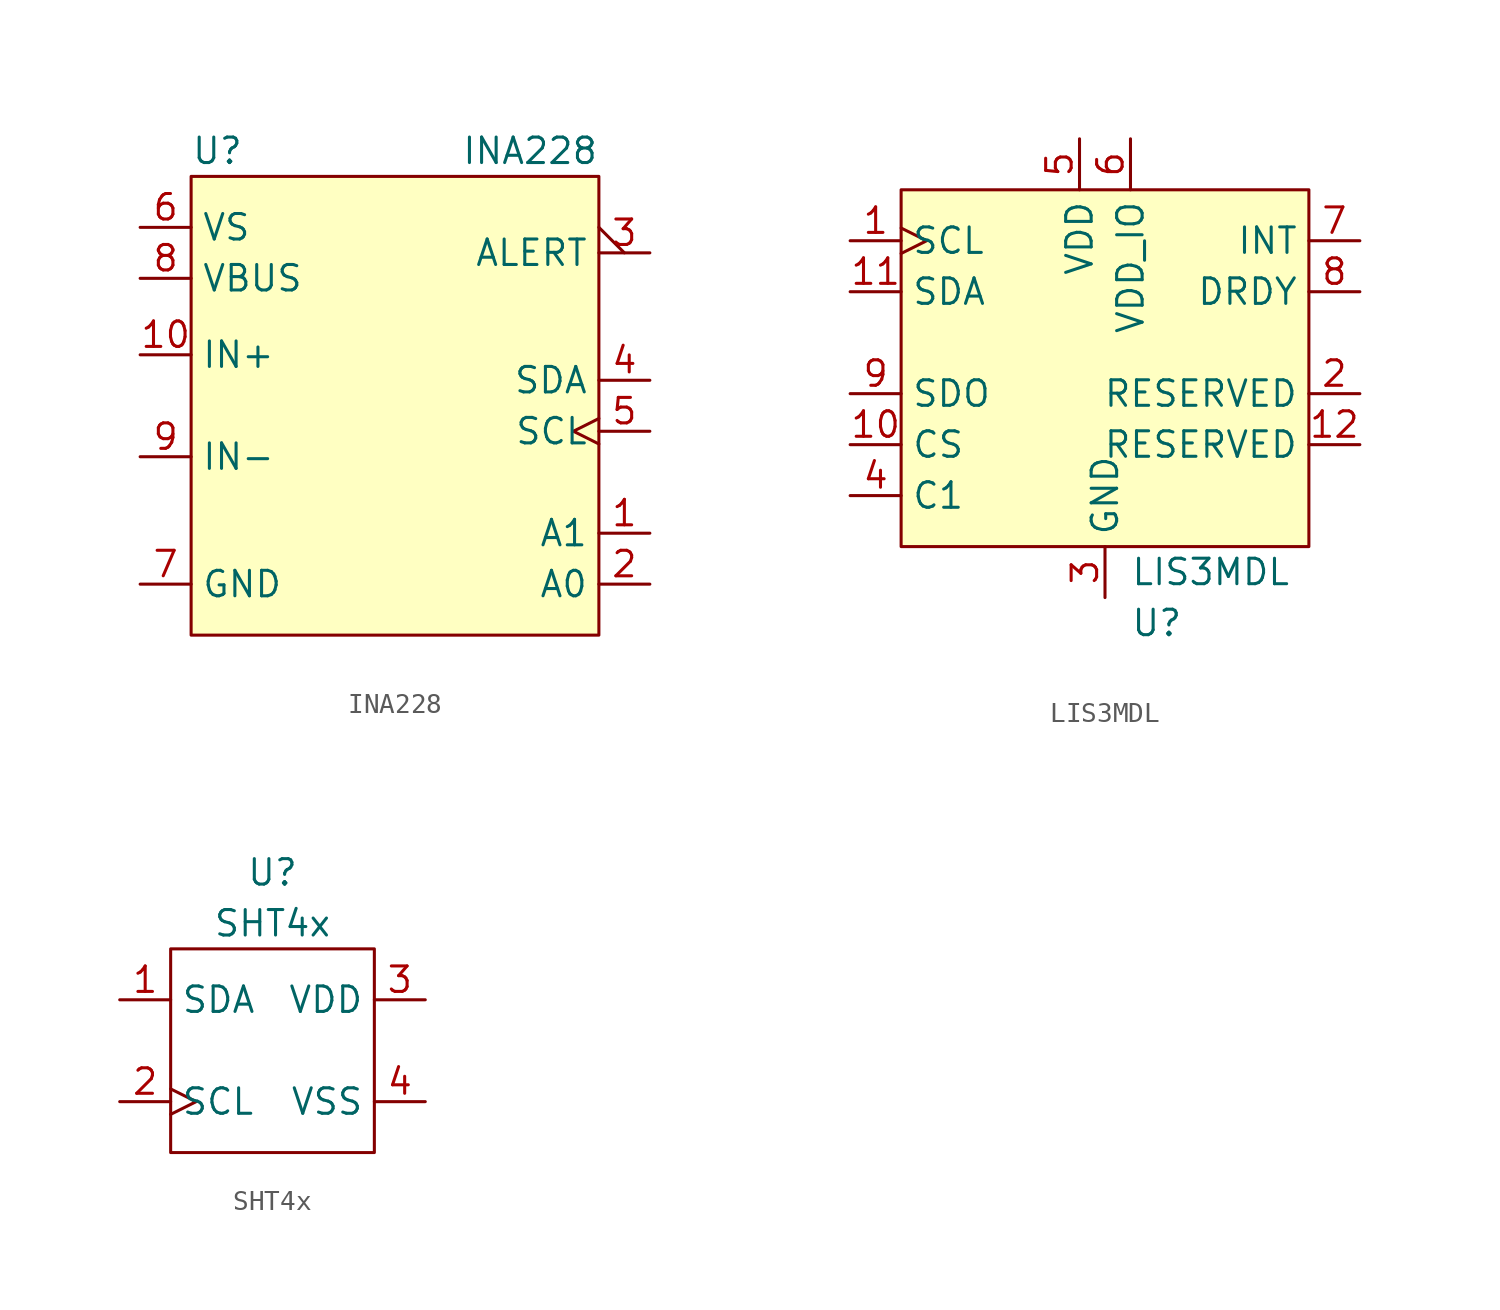
<source format=kicad_sym>
(kicad_symbol_lib
  (version 20241209)
  (generator "kicad_symbol_editor")
  (generator_version "9.0")
  (symbol "INA228"
    (property "Reference" "U"
      (at -10.16 12.7 0)
      (do_not_autoplace)
      (effects (font (size 1.27 1.27)) (justify left)))
    (property "Value" "INA228"
      (at 10.16 12.7 0)
      (do_not_autoplace)
      (effects (font (size 1.27 1.27)) (justify right)))
    (symbol "INA228_0_0"
      (pin power_in line (at -12.7 8.89 0) (length 2.54) (name "VS" (effects (font (size 1.27 1.27)))) (number "6" (effects (font (size 1.27 1.27)))))
      (pin power_in line (at -12.7 6.35 0) (length 2.54) (name "VBUS" (effects (font (size 1.27 1.27)))) (number "8" (effects (font (size 1.27 1.27)))))
      (pin input line (at -12.7 2.54 0) (length 2.54) (name "IN+" (effects (font (size 1.27 1.27)))) (number "10" (effects (font (size 1.27 1.27)))))
      (pin input line (at -12.7 -2.54 0) (length 2.54) (name "IN-" (effects (font (size 1.27 1.27)))) (number "9" (effects (font (size 1.27 1.27)))))
      (pin passive line (at -12.7 -8.89 0) (length 2.54) (name "GND" (effects (font (size 1.27 1.27)))) (number "7" (effects (font (size 1.27 1.27)))))
      (pin output output_low (at 12.7 7.62 180) (length 2.54) (name "ALERT" (effects (font (size 1.27 1.27)))) (number "3" (effects (font (size 1.27 1.27)))))
      (pin bidirectional line (at 12.7 1.27 180) (length 2.54) (name "SDA" (effects (font (size 1.27 1.27)))) (number "4" (effects (font (size 1.27 1.27)))))
      (pin input clock (at 12.7 -1.27 180) (length 2.54) (name "SCL" (effects (font (size 1.27 1.27)))) (number "5" (effects (font (size 1.27 1.27)))))
      (pin input line (at 12.7 -6.35 180) (length 2.54) (name "A1" (effects (font (size 1.27 1.27)))) (number "1" (effects (font (size 1.27 1.27)))))
      (pin input line (at 12.7 -8.89 180) (length 2.54) (name "A0" (effects (font (size 1.27 1.27)))) (number "2" (effects (font (size 1.27 1.27))))))
    (symbol "INA228_1_1"
      (rectangle (start -10.16 11.43) (end 10.16 -11.43) (stroke (width 0) (type default)) (fill (type background)))))
  (symbol "LIS3MDL"
    (property "Reference" "U"
      (at 1.27 -21.59 0)
      (effects (font (size 1.27 1.27)) (justify left)))
    (property "Value" "LIS3MDL"
      (at 1.27 -19.05 0)
      (effects (font (size 1.27 1.27)) (justify left)))
    (property "populate" ""
      (at 0 0 0)
      (effects (font (size 1.27 1.27))))
    (symbol "LIS3MDL_0_1"
      (rectangle (start -10.16 0) (end 10.16 -17.78) (stroke (width 0) (type default)) (fill (type background))))
    (symbol "LIS3MDL_1_1"
      (pin input clock (at -12.7 -2.54 0) (length 2.54) (name "SCL" (effects (font (size 1.27 1.27)))) (number "1" (effects (font (size 1.27 1.27)))))
      (pin input line (at -12.7 -5.08 0) (length 2.54) (name "SDA" (effects (font (size 1.27 1.27)))) (number "11" (effects (font (size 1.27 1.27)))))
      (pin output line (at -12.7 -10.16 0) (length 2.54) (name "SDO" (effects (font (size 1.27 1.27)))) (number "9" (effects (font (size 1.27 1.27)))))
      (pin input line (at -12.7 -12.7 0) (length 2.54) (name "CS" (effects (font (size 1.27 1.27)))) (number "10" (effects (font (size 1.27 1.27)))))
      (pin passive line (at -12.7 -15.24 0) (length 2.54) (name "C1" (effects (font (size 1.27 1.27)))) (number "4" (effects (font (size 1.27 1.27)))))
      (pin power_in line (at -1.27 2.54 270) (length 2.54) (name "VDD" (effects (font (size 1.27 1.27)))) (number "5" (effects (font (size 1.27 1.27)))))
      (pin passive line (at 0 -20.32 90) (length 2.54) (name "GND" (effects (font (size 1.27 1.27)))) (number "3" (effects (font (size 1.27 1.27)))))
      (pin power_in line (at 1.27 2.54 270) (length 2.54) (name "VDD_IO" (effects (font (size 1.27 1.27)))) (number "6" (effects (font (size 1.27 1.27)))))
      (pin output line (at 12.7 -2.54 180) (length 2.54) (name "INT" (effects (font (size 1.27 1.27)))) (number "7" (effects (font (size 1.27 1.27)))))
      (pin output line (at 12.7 -5.08 180) (length 2.54) (name "DRDY" (effects (font (size 1.27 1.27)))) (number "8" (effects (font (size 1.27 1.27)))))
      (pin passive line (at 12.7 -10.16 180) (length 2.54) (name "RESERVED" (effects (font (size 1.27 1.27)))) (number "2" (effects (font (size 1.27 1.27)))))
      (pin input line (at 12.7 -12.7 180) (length 2.54) (name "RESERVED" (effects (font (size 1.27 1.27)))) (number "12" (effects (font (size 1.27 1.27)))))))
  (symbol "SHT4x"
    (property "Reference" "U"
      (at 0 8.89 0)
      (do_not_autoplace)
      (effects (font (size 1.27 1.27))))
    (property "Value" "SHT4x"
      (at 0 6.35 0)
      (do_not_autoplace)
      (effects (font (size 1.27 1.27))))
    (symbol "SHT4x_0_0"
      (pin bidirectional line (at -7.62 2.54 0) (length 2.54) (name "SDA" (effects (font (size 1.27 1.27)))) (number "1" (effects (font (size 1.27 1.27)))))
      (pin input clock (at -7.62 -2.54 0) (length 2.54) (name "SCL" (effects (font (size 1.27 1.27)))) (number "2" (effects (font (size 1.27 1.27)))))
      (pin power_in line (at 7.62 2.54 180) (length 2.54) (name "VDD" (effects (font (size 1.27 1.27)))) (number "3" (effects (font (size 1.27 1.27)))))
      (pin power_in line (at 7.62 -2.54 180) (length 2.54) (name "VSS" (effects (font (size 1.27 1.27)))) (number "4" (effects (font (size 1.27 1.27))))))
    (symbol "SHT4x_0_1"
      (rectangle (start -5.08 5.08) (end 5.08 -5.08) (stroke (width 0) (type default)) (fill (type none))))))
</source>
